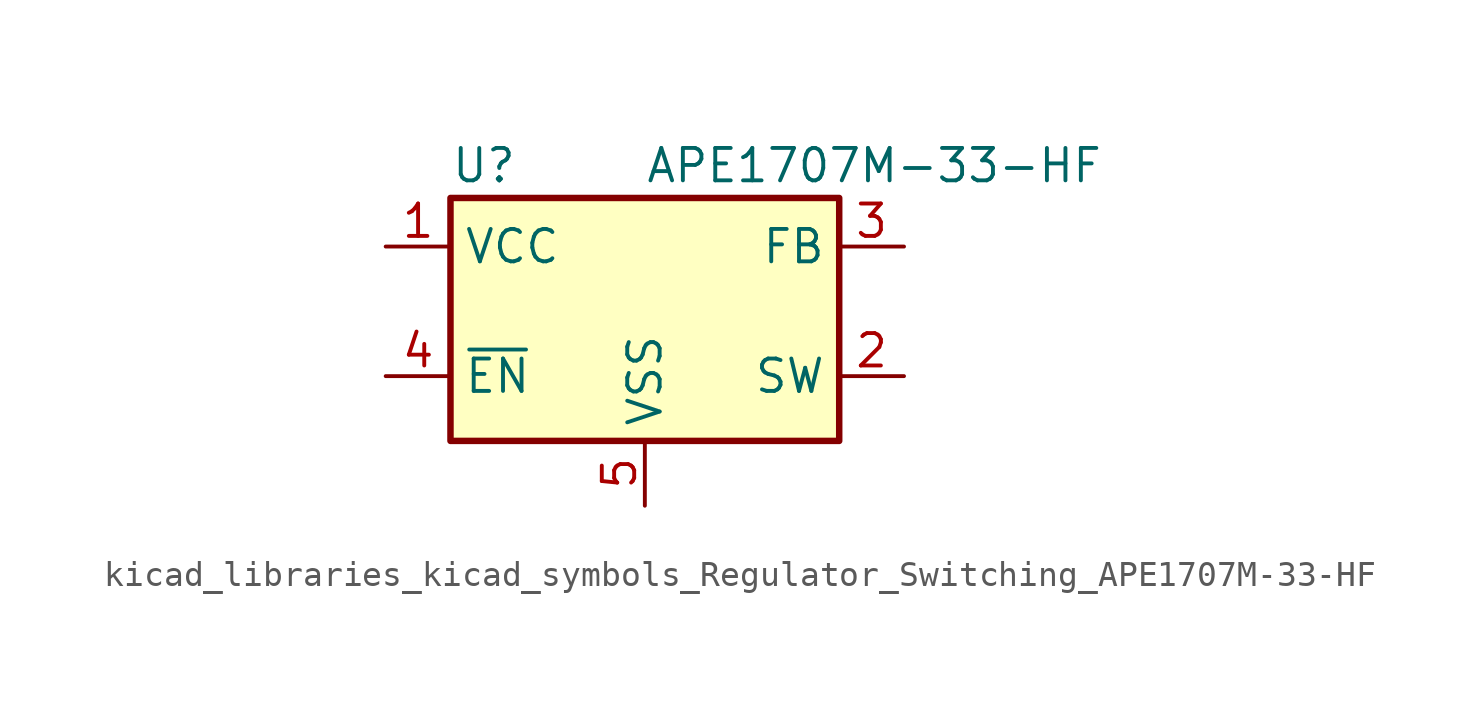
<source format=kicad_sym>
(kicad_symbol_lib
  (version 20220914)
  (generator kicad_symbol_editor)
  (symbol "kicad_libraries_kicad_symbols_Regulator_Switching_APE1707M-33-HF"
    (property "Reference" "U"
      (at -7.62 5.715 0)
      (effects (font (size 1.27 1.27)) (justify left)))
    (property "Value" "APE1707M-33-HF"
      (at 0 5.715 0)
      (effects (font (size 1.27 1.27)) (justify left)))
    (symbol "kicad_libraries_kicad_symbols_Regulator_Switching_APE1707M-33-HF_0_1"
      (rectangle (start -7.62 4.445) (end 7.62 -5.08) (stroke (width 0.254) (type default)) (fill (type background))))
    (symbol "kicad_libraries_kicad_symbols_Regulator_Switching_APE1707M-33-HF_1_1"
      (pin power_in line (at -10.16 2.54 0) (length 2.54) (name "VCC" (effects (font (size 1.27 1.27)))) (number "1" (effects (font (size 1.27 1.27)))))
      (pin output line (at 10.16 -2.54 180) (length 2.54) (name "SW" (effects (font (size 1.27 1.27)))) (number "2" (effects (font (size 1.27 1.27)))))
      (pin input line (at 10.16 2.54 180) (length 2.54) (name "FB" (effects (font (size 1.27 1.27)))) (number "3" (effects (font (size 1.27 1.27)))))
      (pin input line (at -10.16 -2.54 0) (length 2.54) (name "~{EN}" (effects (font (size 1.27 1.27)))) (number "4" (effects (font (size 1.27 1.27)))))
      (pin power_in line (at 0 -7.62 90) (length 2.54) (name "VSS" (effects (font (size 1.27 1.27)))) (number "5" (effects (font (size 1.27 1.27)))))
      (pin passive line (at 0 -7.62 90) (length 2.54) hide (name "VSS" (effects (font (size 1.27 1.27)))) (number "6" (effects (font (size 1.27 1.27)))))
      (pin passive line (at 0 -7.62 90) (length 2.54) hide (name "VSS" (effects (font (size 1.27 1.27)))) (number "7" (effects (font (size 1.27 1.27)))))
      (pin passive line (at 0 -7.62 90) (length 2.54) hide (name "VSS" (effects (font (size 1.27 1.27)))) (number "8" (effects (font (size 1.27 1.27))))))))
</source>
